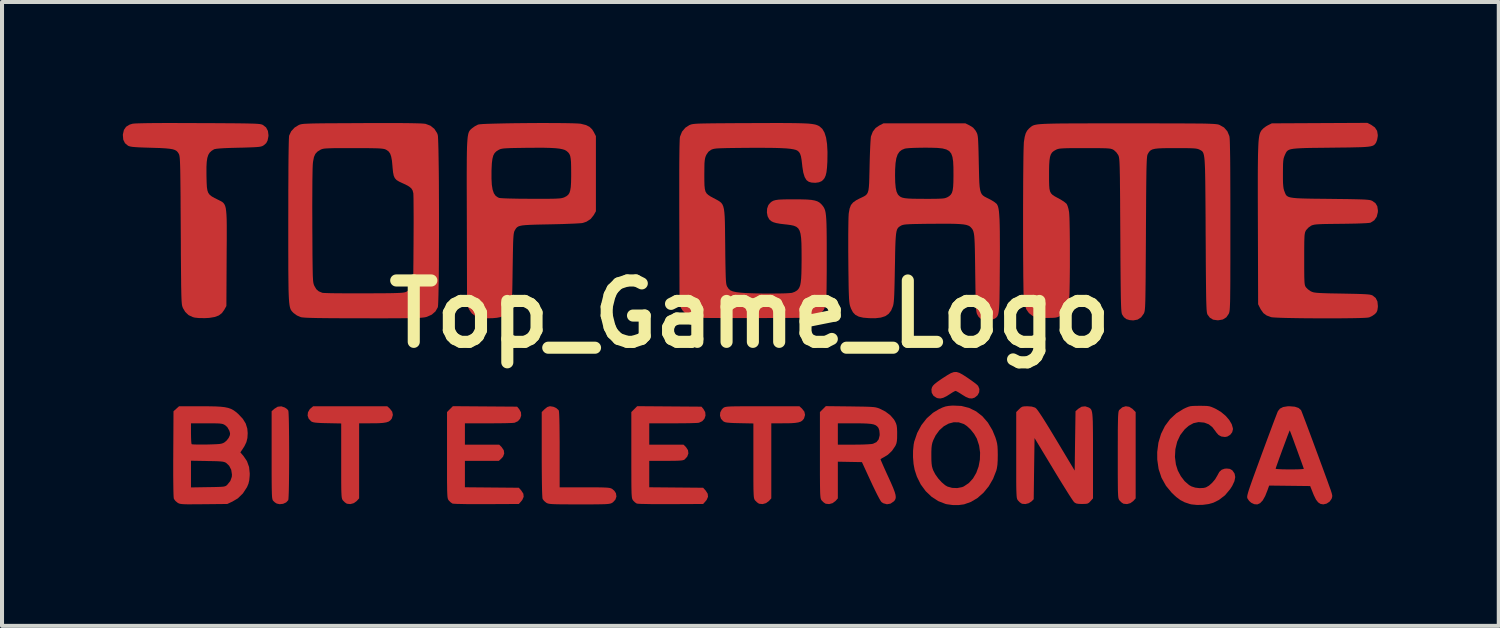
<source format=kicad_pcb>
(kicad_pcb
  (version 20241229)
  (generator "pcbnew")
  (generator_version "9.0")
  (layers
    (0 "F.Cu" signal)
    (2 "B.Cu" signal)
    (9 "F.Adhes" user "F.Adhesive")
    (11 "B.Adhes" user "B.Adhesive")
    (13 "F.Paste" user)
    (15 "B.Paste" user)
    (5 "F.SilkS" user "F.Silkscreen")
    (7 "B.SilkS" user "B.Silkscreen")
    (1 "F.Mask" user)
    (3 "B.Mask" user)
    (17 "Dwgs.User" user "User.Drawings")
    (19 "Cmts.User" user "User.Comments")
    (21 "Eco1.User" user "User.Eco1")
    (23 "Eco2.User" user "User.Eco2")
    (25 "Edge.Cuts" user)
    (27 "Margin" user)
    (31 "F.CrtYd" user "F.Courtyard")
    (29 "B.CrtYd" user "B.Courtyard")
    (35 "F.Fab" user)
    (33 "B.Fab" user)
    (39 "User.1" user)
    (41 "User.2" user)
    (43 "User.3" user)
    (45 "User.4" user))
  (footprint "Top_Game_Logo"
    (layer "F.Cu")
    (at 15.567 4.747)
    (property "Reference" "Top_Game_Logo" (at 0 0 0) (layer "F.SilkS") (effects (font (size 1.524 1.524) (thickness 0.3))))
    (attr board_only exclude_from_pos_files exclude_from_bom)
    (fp_poly (pts (xy 9.415 2.301) (xy 9.498 2.354) (xy 9.503 2.36) (xy 9.575 2.432) (xy 9.575 4.575) (xy 9.517 4.64) (xy 9.445 4.693) (xy 9.36 4.717) (xy 9.276 4.708) (xy 9.266 4.704) (xy 9.221 4.674) (xy 9.176 4.629) (xy 9.176 4.628) (xy 9.166 4.614) (xy 9.157 4.599) (xy 9.15 4.578) (xy 9.144 4.548) (xy 9.14 4.506) (xy 9.137 4.448) (xy 9.134 4.37) (xy 9.133 4.268) (xy 9.132 4.139) (xy 9.131 3.98) (xy 9.131 3.786) (xy 9.131 3.554) (xy 9.131 3.498) (xy 9.131 3.256) (xy 9.132 3.053) (xy 9.132 2.885) (xy 9.134 2.748) (xy 9.136 2.64) (xy 9.138 2.557) (xy 9.142 2.494) (xy 9.146 2.449) (xy 9.151 2.418) (xy 9.158 2.397) (xy 9.166 2.383) (xy 9.168 2.38) (xy 9.244 2.314) (xy 9.329 2.288)) (stroke (width 0) (type solid)) (fill yes) (layer "F.Cu"))
    (fp_poly (pts (xy 5.198 1.458) (xy 5.281 1.503) (xy 5.386 1.571) (xy 5.407 1.585) (xy 5.496 1.647) (xy 5.574 1.704) (xy 5.633 1.751) (xy 5.664 1.782) (xy 5.665 1.784) (xy 5.696 1.861) (xy 5.69 1.941) (xy 5.651 2.015) (xy 5.581 2.072) (xy 5.578 2.074) (xy 5.512 2.095) (xy 5.442 2.09) (xy 5.359 2.056) (xy 5.27 2.002) (xy 5.201 1.957) (xy 5.144 1.924) (xy 5.109 1.907) (xy 5.105 1.907) (xy 5.075 1.918) (xy 5.025 1.946) (xy 4.993 1.967) (xy 4.885 2.036) (xy 4.799 2.078) (xy 4.728 2.095) (xy 4.663 2.089) (xy 4.629 2.077) (xy 4.555 2.027) (xy 4.512 1.954) (xy 4.505 1.87) (xy 4.519 1.818) (xy 4.542 1.779) (xy 4.584 1.736) (xy 4.651 1.683) (xy 4.748 1.615) (xy 4.784 1.591) (xy 4.899 1.517) (xy 4.988 1.466) (xy 5.061 1.44) (xy 5.128 1.437)) (stroke (width 0) (type solid)) (fill yes) (layer "F.Cu"))
    (fp_poly (pts (xy -11.545 2.32) (xy -11.494 2.355) (xy -11.461 2.393) (xy -11.456 2.423) (xy -11.452 2.49) (xy -11.448 2.59) (xy -11.445 2.718) (xy -11.443 2.868) (xy -11.441 3.036) (xy -11.44 3.216) (xy -11.439 3.404) (xy -11.439 3.594) (xy -11.44 3.782) (xy -11.441 3.963) (xy -11.443 4.132) (xy -11.445 4.283) (xy -11.448 4.413) (xy -11.452 4.515) (xy -11.456 4.585) (xy -11.461 4.618) (xy -11.461 4.619) (xy -11.513 4.675) (xy -11.589 4.71) (xy -11.675 4.719) (xy -11.747 4.704) (xy -11.793 4.675) (xy -11.831 4.64) (xy -11.841 4.628) (xy -11.849 4.613) (xy -11.855 4.592) (xy -11.861 4.561) (xy -11.865 4.516) (xy -11.868 4.454) (xy -11.87 4.371) (xy -11.872 4.264) (xy -11.873 4.129) (xy -11.874 3.963) (xy -11.874 3.762) (xy -11.874 3.522) (xy -11.874 3.502) (xy -11.874 2.412) (xy -11.805 2.35) (xy -11.722 2.299) (xy -11.634 2.29)) (stroke (width 0) (type solid)) (fill yes) (layer "F.Cu"))
    (fp_poly (pts (xy -8.94 2.346) (xy -8.881 2.422) (xy -8.864 2.503) (xy -8.888 2.586) (xy -8.895 2.599) (xy -8.927 2.638) (xy -8.968 2.668) (xy -9.027 2.688) (xy -9.108 2.701) (xy -9.217 2.709) (xy -9.362 2.711) (xy -9.401 2.711) (xy -9.702 2.712) (xy -9.702 4.575) (xy -9.761 4.64) (xy -9.833 4.693) (xy -9.918 4.717) (xy -10.002 4.708) (xy -10.012 4.704) (xy -10.056 4.674) (xy -10.101 4.629) (xy -10.102 4.628) (xy -10.113 4.613) (xy -10.122 4.596) (xy -10.129 4.574) (xy -10.135 4.542) (xy -10.139 4.496) (xy -10.142 4.433) (xy -10.145 4.348) (xy -10.146 4.238) (xy -10.147 4.098) (xy -10.147 3.925) (xy -10.147 3.715) (xy -10.147 3.643) (xy -10.147 2.715) (xy -10.492 2.708) (xy -10.625 2.705) (xy -10.723 2.7) (xy -10.793 2.694) (xy -10.841 2.685) (xy -10.875 2.673) (xy -10.892 2.663) (xy -10.954 2.598) (xy -10.981 2.52) (xy -10.972 2.438) (xy -10.928 2.362) (xy -10.906 2.341) (xy -10.843 2.288) (xy -9.004 2.288)) (stroke (width 0) (type solid)) (fill yes) (layer "F.Cu"))
    (fp_poly (pts (xy 1.292 2.346) (xy 1.351 2.422) (xy 1.368 2.503) (xy 1.344 2.586) (xy 1.337 2.599) (xy 1.305 2.638) (xy 1.264 2.668) (xy 1.205 2.688) (xy 1.124 2.701) (xy 1.015 2.709) (xy 0.87 2.711) (xy 0.831 2.711) (xy 0.53 2.712) (xy 0.53 4.575) (xy 0.471 4.64) (xy 0.399 4.693) (xy 0.314 4.717) (xy 0.23 4.708) (xy 0.22 4.704) (xy 0.176 4.674) (xy 0.131 4.629) (xy 0.13 4.628) (xy 0.119 4.613) (xy 0.11 4.596) (xy 0.103 4.574) (xy 0.097 4.542) (xy 0.093 4.496) (xy 0.09 4.433) (xy 0.087 4.348) (xy 0.086 4.238) (xy 0.085 4.098) (xy 0.085 3.925) (xy 0.085 3.715) (xy 0.085 3.643) (xy 0.085 2.715) (xy -0.26 2.708) (xy -0.392 2.705) (xy -0.49 2.7) (xy -0.559 2.694) (xy -0.607 2.686) (xy -0.641 2.673) (xy -0.662 2.661) (xy -0.719 2.6) (xy -0.744 2.522) (xy -0.737 2.44) (xy -0.697 2.364) (xy -0.662 2.33) (xy -0.648 2.32) (xy -0.63 2.312) (xy -0.606 2.305) (xy -0.57 2.299) (xy -0.52 2.295) (xy -0.451 2.292) (xy -0.359 2.29) (xy -0.24 2.289) (xy -0.091 2.288) (xy 0.093 2.288) (xy 0.31 2.288) (xy 1.228 2.288)) (stroke (width 0) (type solid)) (fill yes) (layer "F.Cu"))
    (fp_poly (pts (xy -6.577 2.292) (xy -5.78 2.298) (xy -5.729 2.358) (xy -5.685 2.436) (xy -5.679 2.519) (xy -5.705 2.596) (xy -5.76 2.659) (xy -5.842 2.697) (xy -5.85 2.698) (xy -5.888 2.702) (xy -5.962 2.705) (xy -6.067 2.708) (xy -6.194 2.71) (xy -6.339 2.711) (xy -6.495 2.712) (xy -7.076 2.712) (xy -7.076 3.241) (xy -6.225 3.241) (xy -6.163 3.303) (xy -6.111 3.38) (xy -6.1 3.46) (xy -6.129 3.539) (xy -6.167 3.582) (xy -6.233 3.644) (xy -7.076 3.644) (xy -7.076 4.299) (xy -6.406 4.305) (xy -5.737 4.311) (xy -5.676 4.38) (xy -5.625 4.459) (xy -5.617 4.535) (xy -5.651 4.613) (xy -5.676 4.644) (xy -5.737 4.714) (xy -6.539 4.718) (xy -6.721 4.718) (xy -6.89 4.718) (xy -7.043 4.717) (xy -7.174 4.714) (xy -7.277 4.712) (xy -7.349 4.708) (xy -7.384 4.704) (xy -7.385 4.704) (xy -7.429 4.674) (xy -7.474 4.629) (xy -7.475 4.628) (xy -7.485 4.614) (xy -7.494 4.599) (xy -7.501 4.578) (xy -7.507 4.548) (xy -7.511 4.506) (xy -7.514 4.447) (xy -7.517 4.369) (xy -7.518 4.267) (xy -7.52 4.138) (xy -7.52 3.978) (xy -7.52 3.784) (xy -7.52 3.552) (xy -7.52 3.501) (xy -7.52 2.432) (xy -7.448 2.359) (xy -7.375 2.286)) (stroke (width 0) (type solid)) (fill yes) (layer "F.Cu"))
    (fp_poly (pts (xy -4.878 2.301) (xy -4.804 2.336) (xy -4.752 2.383) (xy -4.746 2.393) (xy -4.74 2.425) (xy -4.735 2.499) (xy -4.731 2.612) (xy -4.728 2.763) (xy -4.726 2.952) (xy -4.724 3.175) (xy -4.724 3.367) (xy -4.724 4.3) (xy -4.104 4.3) (xy -3.925 4.301) (xy -3.782 4.301) (xy -3.672 4.303) (xy -3.589 4.306) (xy -3.528 4.31) (xy -3.485 4.316) (xy -3.454 4.324) (xy -3.431 4.334) (xy -3.42 4.34) (xy -3.366 4.387) (xy -3.328 4.445) (xy -3.327 4.446) (xy -3.314 4.528) (xy -3.34 4.606) (xy -3.401 4.672) (xy -3.42 4.684) (xy -3.439 4.695) (xy -3.463 4.703) (xy -3.496 4.71) (xy -3.542 4.715) (xy -3.606 4.719) (xy -3.692 4.721) (xy -3.805 4.723) (xy -3.948 4.724) (xy -4.128 4.724) (xy -4.237 4.724) (xy -4.436 4.724) (xy -4.597 4.723) (xy -4.725 4.722) (xy -4.824 4.72) (xy -4.898 4.717) (xy -4.953 4.713) (xy -4.992 4.707) (xy -5.021 4.7) (xy -5.043 4.69) (xy -5.058 4.682) (xy -5.11 4.639) (xy -5.146 4.591) (xy -5.148 4.585) (xy -5.153 4.551) (xy -5.157 4.478) (xy -5.161 4.369) (xy -5.164 4.226) (xy -5.166 4.053) (xy -5.168 3.852) (xy -5.169 3.627) (xy -5.169 3.481) (xy -5.169 2.432) (xy -5.097 2.36) (xy -5.031 2.307) (xy -4.969 2.288) (xy -4.958 2.288)) (stroke (width 0) (type solid)) (fill yes) (layer "F.Cu"))
    (fp_poly (pts (xy -2.001 2.292) (xy -1.204 2.298) (xy -1.153 2.358) (xy -1.11 2.436) (xy -1.103 2.519) (xy -1.129 2.596) (xy -1.184 2.659) (xy -1.266 2.697) (xy -1.274 2.698) (xy -1.312 2.702) (xy -1.387 2.705) (xy -1.491 2.708) (xy -1.619 2.71) (xy -1.764 2.711) (xy -1.92 2.712) (xy -2.5 2.712) (xy -2.5 3.241) (xy -1.649 3.241) (xy -1.587 3.303) (xy -1.538 3.378) (xy -1.528 3.459) (xy -1.557 3.539) (xy -1.618 3.606) (xy -1.638 3.619) (xy -1.667 3.628) (xy -1.712 3.635) (xy -1.777 3.639) (xy -1.869 3.642) (xy -1.993 3.643) (xy -2.081 3.643) (xy -2.5 3.644) (xy -2.5 4.299) (xy -1.831 4.305) (xy -1.162 4.311) (xy -1.1 4.38) (xy -1.049 4.459) (xy -1.041 4.535) (xy -1.075 4.613) (xy -1.1 4.644) (xy -1.162 4.714) (xy -1.963 4.718) (xy -2.145 4.718) (xy -2.315 4.718) (xy -2.467 4.717) (xy -2.598 4.714) (xy -2.701 4.712) (xy -2.773 4.708) (xy -2.808 4.704) (xy -2.809 4.704) (xy -2.854 4.674) (xy -2.899 4.629) (xy -2.899 4.628) (xy -2.909 4.614) (xy -2.918 4.599) (xy -2.925 4.578) (xy -2.931 4.548) (xy -2.935 4.506) (xy -2.939 4.447) (xy -2.941 4.369) (xy -2.943 4.267) (xy -2.944 4.138) (xy -2.944 3.978) (xy -2.945 3.784) (xy -2.945 3.552) (xy -2.945 3.501) (xy -2.945 2.432) (xy -2.872 2.359) (xy -2.799 2.286)) (stroke (width 0) (type solid)) (fill yes) (layer "F.Cu"))
    (fp_poly (pts (xy 6.996 2.296) (xy 7.073 2.32) (xy 7.087 2.327) (xy 7.111 2.349) (xy 7.147 2.394) (xy 7.195 2.463) (xy 7.259 2.56) (xy 7.338 2.685) (xy 7.435 2.842) (xy 7.55 3.033) (xy 7.606 3.125) (xy 8.061 3.885) (xy 8.071 3.148) (xy 8.082 2.411) (xy 8.151 2.35) (xy 8.234 2.299) (xy 8.323 2.29) (xy 8.407 2.318) (xy 8.431 2.331) (xy 8.451 2.346) (xy 8.467 2.365) (xy 8.481 2.394) (xy 8.492 2.435) (xy 8.5 2.491) (xy 8.506 2.566) (xy 8.511 2.664) (xy 8.513 2.788) (xy 8.515 2.942) (xy 8.516 3.129) (xy 8.516 3.353) (xy 8.516 3.517) (xy 8.516 4.575) (xy 8.454 4.644) (xy 8.419 4.681) (xy 8.385 4.702) (xy 8.341 4.711) (xy 8.271 4.713) (xy 8.244 4.714) (xy 8.16 4.711) (xy 8.106 4.703) (xy 8.067 4.684) (xy 8.044 4.665) (xy 8.023 4.637) (xy 7.982 4.577) (xy 7.924 4.488) (xy 7.853 4.375) (xy 7.77 4.242) (xy 7.678 4.093) (xy 7.58 3.932) (xy 7.529 3.847) (xy 7.065 3.078) (xy 7.054 3.837) (xy 7.044 4.596) (xy 6.99 4.65) (xy 6.92 4.695) (xy 6.836 4.716) (xy 6.757 4.709) (xy 6.745 4.704) (xy 6.7 4.674) (xy 6.656 4.629) (xy 6.655 4.628) (xy 6.645 4.614) (xy 6.636 4.599) (xy 6.629 4.578) (xy 6.623 4.548) (xy 6.619 4.506) (xy 6.616 4.447) (xy 6.613 4.369) (xy 6.611 4.267) (xy 6.61 4.138) (xy 6.61 3.978) (xy 6.61 3.784) (xy 6.61 3.552) (xy 6.61 2.432) (xy 6.682 2.36) (xy 6.725 2.32) (xy 6.764 2.298) (xy 6.815 2.29) (xy 6.888 2.288)) (stroke (width 0) (type solid)) (fill yes) (layer "F.Cu"))
    (fp_poly (pts (xy 11.271 2.278) (xy 11.347 2.281) (xy 11.405 2.289) (xy 11.457 2.305) (xy 11.516 2.33) (xy 11.572 2.357) (xy 11.698 2.433) (xy 11.809 2.526) (xy 11.898 2.629) (xy 11.96 2.734) (xy 11.989 2.835) (xy 11.99 2.861) (xy 11.971 2.934) (xy 11.921 2.998) (xy 11.851 3.04) (xy 11.792 3.051) (xy 11.702 3.039) (xy 11.632 3.001) (xy 11.57 2.93) (xy 11.559 2.912) (xy 11.478 2.806) (xy 11.389 2.736) (xy 11.284 2.696) (xy 11.271 2.693) (xy 11.136 2.681) (xy 11.01 2.708) (xy 10.889 2.775) (xy 10.79 2.863) (xy 10.682 3.004) (xy 10.605 3.169) (xy 10.561 3.352) (xy 10.55 3.545) (xy 10.574 3.733) (xy 10.621 3.883) (xy 10.696 4.024) (xy 10.79 4.147) (xy 10.898 4.242) (xy 10.961 4.278) (xy 11.054 4.308) (xy 11.163 4.321) (xy 11.266 4.315) (xy 11.321 4.301) (xy 11.396 4.258) (xy 11.475 4.187) (xy 11.547 4.102) (xy 11.599 4.014) (xy 11.601 4.011) (xy 11.651 3.919) (xy 11.71 3.864) (xy 11.784 3.838) (xy 11.837 3.834) (xy 11.913 3.843) (xy 11.968 3.874) (xy 11.98 3.885) (xy 12.031 3.96) (xy 12.047 4.046) (xy 12.027 4.148) (xy 11.971 4.267) (xy 11.919 4.348) (xy 11.793 4.498) (xy 11.642 4.614) (xy 11.505 4.682) (xy 11.385 4.716) (xy 11.243 4.735) (xy 11.097 4.738) (xy 10.965 4.725) (xy 10.915 4.714) (xy 10.791 4.672) (xy 10.685 4.617) (xy 10.582 4.541) (xy 10.475 4.441) (xy 10.327 4.262) (xy 10.217 4.064) (xy 10.145 3.848) (xy 10.111 3.613) (xy 10.11 3.423) (xy 10.14 3.19) (xy 10.205 2.974) (xy 10.302 2.778) (xy 10.429 2.607) (xy 10.584 2.464) (xy 10.76 2.355) (xy 10.83 2.322) (xy 10.885 2.3) (xy 10.937 2.286) (xy 10.999 2.28) (xy 11.082 2.278) (xy 11.164 2.277)) (stroke (width 0) (type solid)) (fill yes) (layer "F.Cu"))
    (fp_poly (pts (xy 5.248 2.28) (xy 5.44 2.329) (xy 5.615 2.415) (xy 5.771 2.537) (xy 5.906 2.693) (xy 6.019 2.882) (xy 6.093 3.061) (xy 6.118 3.141) (xy 6.135 3.21) (xy 6.145 3.283) (xy 6.15 3.372) (xy 6.152 3.489) (xy 6.152 3.495) (xy 6.15 3.635) (xy 6.143 3.743) (xy 6.129 3.831) (xy 6.115 3.887) (xy 6.035 4.091) (xy 5.928 4.275) (xy 5.798 4.434) (xy 5.649 4.565) (xy 5.485 4.663) (xy 5.315 4.723) (xy 5.18 4.741) (xy 5.03 4.74) (xy 4.887 4.72) (xy 4.853 4.712) (xy 4.673 4.642) (xy 4.509 4.535) (xy 4.363 4.396) (xy 4.24 4.229) (xy 4.144 4.036) (xy 4.088 3.864) (xy 4.061 3.718) (xy 4.048 3.554) (xy 4.048 3.506) (xy 4.503 3.506) (xy 4.504 3.623) (xy 4.509 3.709) (xy 4.518 3.777) (xy 4.534 3.836) (xy 4.551 3.882) (xy 4.603 3.981) (xy 4.676 4.083) (xy 4.761 4.176) (xy 4.847 4.249) (xy 4.904 4.282) (xy 5.018 4.314) (xy 5.145 4.319) (xy 5.265 4.296) (xy 5.309 4.278) (xy 5.433 4.195) (xy 5.537 4.081) (xy 5.618 3.942) (xy 5.676 3.784) (xy 5.708 3.614) (xy 5.713 3.439) (xy 5.689 3.264) (xy 5.634 3.097) (xy 5.629 3.085) (xy 5.564 2.973) (xy 5.479 2.867) (xy 5.385 2.779) (xy 5.309 2.729) (xy 5.185 2.688) (xy 5.058 2.685) (xy 4.931 2.719) (xy 4.811 2.786) (xy 4.702 2.884) (xy 4.61 3.01) (xy 4.551 3.13) (xy 4.529 3.191) (xy 4.515 3.251) (xy 4.507 3.322) (xy 4.503 3.415) (xy 4.503 3.506) (xy 4.048 3.506) (xy 4.049 3.389) (xy 4.064 3.238) (xy 4.078 3.166) (xy 4.152 2.95) (xy 4.257 2.755) (xy 4.389 2.587) (xy 4.545 2.449) (xy 4.692 2.36) (xy 4.782 2.318) (xy 4.855 2.293) (xy 4.931 2.279) (xy 5.028 2.271) (xy 5.041 2.271)) (stroke (width 0) (type solid)) (fill yes) (layer "F.Cu"))
    (fp_poly (pts (xy 2.494 2.292) (xy 2.672 2.295) (xy 2.814 2.297) (xy 2.924 2.3) (xy 3.008 2.304) (xy 3.072 2.309) (xy 3.121 2.316) (xy 3.161 2.326) (xy 3.197 2.338) (xy 3.22 2.347) (xy 3.362 2.419) (xy 3.483 2.51) (xy 3.573 2.613) (xy 3.6 2.658) (xy 3.626 2.713) (xy 3.642 2.766) (xy 3.65 2.828) (xy 3.654 2.912) (xy 3.654 2.976) (xy 3.653 3.081) (xy 3.647 3.155) (xy 3.635 3.212) (xy 3.615 3.261) (xy 3.606 3.278) (xy 3.526 3.395) (xy 3.423 3.493) (xy 3.328 3.551) (xy 3.277 3.578) (xy 3.246 3.6) (xy 3.242 3.606) (xy 3.25 3.629) (xy 3.274 3.684) (xy 3.31 3.767) (xy 3.356 3.87) (xy 3.41 3.989) (xy 3.432 4.036) (xy 3.503 4.193) (xy 3.557 4.318) (xy 3.593 4.414) (xy 3.614 4.488) (xy 3.62 4.545) (xy 3.613 4.588) (xy 3.594 4.624) (xy 3.571 4.65) (xy 3.49 4.705) (xy 3.401 4.721) (xy 3.312 4.697) (xy 3.265 4.666) (xy 3.244 4.637) (xy 3.208 4.575) (xy 3.161 4.486) (xy 3.106 4.375) (xy 3.045 4.249) (xy 3 4.152) (xy 2.78 3.675) (xy 2.182 3.664) (xy 2.182 4.575) (xy 2.124 4.64) (xy 2.052 4.693) (xy 1.966 4.717) (xy 1.883 4.708) (xy 1.872 4.704) (xy 1.828 4.674) (xy 1.783 4.629) (xy 1.782 4.628) (xy 1.772 4.614) (xy 1.764 4.599) (xy 1.757 4.578) (xy 1.751 4.548) (xy 1.747 4.506) (xy 1.743 4.447) (xy 1.741 4.369) (xy 1.739 4.267) (xy 1.738 4.138) (xy 1.737 3.978) (xy 1.737 3.784) (xy 1.737 3.552) (xy 1.737 3.501) (xy 1.737 3.241) (xy 2.182 3.241) (xy 2.579 3.241) (xy 2.71 3.24) (xy 2.832 3.237) (xy 2.936 3.232) (xy 3.014 3.226) (xy 3.055 3.219) (xy 3.141 3.178) (xy 3.195 3.11) (xy 3.219 3.014) (xy 3.22 2.978) (xy 3.212 2.891) (xy 3.19 2.827) (xy 3.185 2.82) (xy 3.156 2.785) (xy 3.12 2.759) (xy 3.071 2.739) (xy 3.003 2.726) (xy 2.911 2.718) (xy 2.789 2.713) (xy 2.632 2.712) (xy 2.596 2.712) (xy 2.182 2.712) (xy 2.182 3.241) (xy 1.737 3.241) (xy 1.737 2.432) (xy 1.884 2.285)) (stroke (width 0) (type solid)) (fill yes) (layer "F.Cu"))
    (fp_poly (pts (xy 13.526 2.299) (xy 13.619 2.33) (xy 13.678 2.382) (xy 13.684 2.392) (xy 13.695 2.419) (xy 13.719 2.481) (xy 13.754 2.573) (xy 13.799 2.691) (xy 13.851 2.83) (xy 13.909 2.985) (xy 13.971 3.151) (xy 14.035 3.325) (xy 14.1 3.5) (xy 14.163 3.672) (xy 14.224 3.837) (xy 14.28 3.99) (xy 14.33 4.126) (xy 14.371 4.241) (xy 14.403 4.329) (xy 14.418 4.371) (xy 14.443 4.45) (xy 14.455 4.502) (xy 14.453 4.541) (xy 14.44 4.582) (xy 14.438 4.587) (xy 14.389 4.656) (xy 14.315 4.705) (xy 14.233 4.724) (xy 14.232 4.724) (xy 14.163 4.712) (xy 14.105 4.674) (xy 14.051 4.605) (xy 13.999 4.499) (xy 13.982 4.458) (xy 13.907 4.269) (xy 13.398 4.263) (xy 12.889 4.257) (xy 12.849 4.369) (xy 12.79 4.518) (xy 12.729 4.626) (xy 12.664 4.694) (xy 12.595 4.725) (xy 12.519 4.719) (xy 12.444 4.684) (xy 12.391 4.637) (xy 12.352 4.579) (xy 12.351 4.578) (xy 12.346 4.562) (xy 12.343 4.542) (xy 12.345 4.516) (xy 12.352 4.481) (xy 12.365 4.432) (xy 12.385 4.366) (xy 12.414 4.28) (xy 12.452 4.171) (xy 12.501 4.034) (xy 12.562 3.868) (xy 12.572 3.84) (xy 13.05 3.84) (xy 13.07 3.845) (xy 13.125 3.849) (xy 13.209 3.853) (xy 13.314 3.855) (xy 13.399 3.856) (xy 13.515 3.855) (xy 13.615 3.853) (xy 13.692 3.849) (xy 13.738 3.845) (xy 13.749 3.842) (xy 13.742 3.82) (xy 13.723 3.765) (xy 13.694 3.684) (xy 13.657 3.583) (xy 13.616 3.47) (xy 13.573 3.351) (xy 13.529 3.232) (xy 13.489 3.121) (xy 13.453 3.024) (xy 13.424 2.948) (xy 13.406 2.9) (xy 13.4 2.887) (xy 13.392 2.904) (xy 13.372 2.954) (xy 13.342 3.031) (xy 13.306 3.129) (xy 13.265 3.239) (xy 13.221 3.357) (xy 13.178 3.475) (xy 13.137 3.587) (xy 13.102 3.686) (xy 13.074 3.765) (xy 13.055 3.819) (xy 13.05 3.84) (xy 12.572 3.84) (xy 12.635 3.668) (xy 12.7 3.49) (xy 12.774 3.29) (xy 12.844 3.101) (xy 12.909 2.927) (xy 12.967 2.771) (xy 13.017 2.638) (xy 13.058 2.532) (xy 13.087 2.456) (xy 13.104 2.415) (xy 13.106 2.41) (xy 13.157 2.347) (xy 13.236 2.307) (xy 13.348 2.289) (xy 13.399 2.288)) (stroke (width 0) (type solid)) (fill yes) (layer "F.Cu"))
    (fp_poly (pts (xy -13.435 2.289) (xy -13.273 2.292) (xy -13.142 2.299) (xy -13.037 2.311) (xy -12.952 2.329) (xy -12.881 2.354) (xy -12.818 2.388) (xy -12.759 2.431) (xy -12.7 2.482) (xy -12.59 2.599) (xy -12.517 2.717) (xy -12.478 2.843) (xy -12.468 2.955) (xy -12.475 3.076) (xy -12.5 3.178) (xy -12.549 3.28) (xy -12.589 3.342) (xy -12.65 3.433) (xy -12.574 3.521) (xy -12.486 3.651) (xy -12.434 3.795) (xy -12.417 3.958) (xy -12.419 4.014) (xy -12.429 4.124) (xy -12.449 4.21) (xy -12.483 4.291) (xy -12.486 4.297) (xy -12.587 4.452) (xy -12.712 4.574) (xy -12.843 4.652) (xy -12.975 4.714) (xy -13.558 4.72) (xy -13.731 4.721) (xy -13.867 4.722) (xy -13.971 4.722) (xy -14.048 4.72) (xy -14.104 4.716) (xy -14.144 4.71) (xy -14.173 4.702) (xy -14.196 4.691) (xy -14.21 4.682) (xy -14.262 4.639) (xy -14.298 4.59) (xy -14.301 4.584) (xy -14.306 4.548) (xy -14.31 4.472) (xy -14.313 4.357) (xy -14.315 4.205) (xy -14.317 4.017) (xy -14.317 3.796) (xy -14.317 3.64) (xy -13.876 3.64) (xy -13.876 4.303) (xy -13.454 4.296) (xy -13.31 4.294) (xy -13.202 4.291) (xy -13.125 4.288) (xy -13.07 4.283) (xy -13.034 4.275) (xy -13.008 4.264) (xy -12.988 4.249) (xy -12.975 4.237) (xy -12.9 4.144) (xy -12.863 4.041) (xy -12.859 3.982) (xy -12.877 3.866) (xy -12.928 3.766) (xy -12.994 3.702) (xy -13.019 3.685) (xy -13.048 3.673) (xy -13.085 3.664) (xy -13.138 3.658) (xy -13.214 3.653) (xy -13.318 3.65) (xy -13.458 3.648) (xy -13.468 3.647) (xy -13.876 3.64) (xy -14.317 3.64) (xy -14.316 3.543) (xy -14.316 3.47) (xy -14.313 2.962) (xy -13.876 2.962) (xy -13.874 3.062) (xy -13.871 3.145) (xy -13.866 3.204) (xy -13.86 3.229) (xy -13.835 3.234) (xy -13.774 3.237) (xy -13.686 3.239) (xy -13.577 3.239) (xy -13.484 3.238) (xy -13.348 3.234) (xy -13.248 3.23) (xy -13.175 3.225) (xy -13.123 3.217) (xy -13.085 3.205) (xy -13.052 3.189) (xy -13.05 3.188) (xy -12.99 3.138) (xy -12.94 3.073) (xy -12.935 3.062) (xy -12.91 3.005) (xy -12.906 2.96) (xy -12.921 2.904) (xy -12.924 2.894) (xy -12.974 2.807) (xy -13.026 2.76) (xy -13.054 2.743) (xy -13.083 2.73) (xy -13.12 2.722) (xy -13.172 2.716) (xy -13.245 2.713) (xy -13.348 2.712) (xy -13.485 2.712) (xy -13.876 2.712) (xy -13.876 2.962) (xy -14.313 2.962) (xy -14.31 2.412) (xy -14.172 2.288) (xy -13.634 2.288)) (stroke (width 0) (type solid)) (fill yes) (layer "F.Cu"))
    (fp_poly (pts (xy -13.98 -4.742) (xy -13.696 -4.741) (xy -13.404 -4.74) (xy -13.151 -4.739) (xy -12.935 -4.737) (xy -12.752 -4.736) (xy -12.599 -4.734) (xy -12.473 -4.732) (xy -12.372 -4.729) (xy -12.292 -4.727) (xy -12.23 -4.723) (xy -12.183 -4.719) (xy -12.149 -4.714) (xy -12.123 -4.708) (xy -12.104 -4.701) (xy -12.093 -4.696) (xy -12.013 -4.635) (xy -11.966 -4.547) (xy -11.952 -4.439) (xy -11.955 -4.405) (xy -11.974 -4.31) (xy -12.008 -4.244) (xy -12.066 -4.193) (xy -12.084 -4.182) (xy -12.108 -4.169) (xy -12.14 -4.16) (xy -12.184 -4.152) (xy -12.246 -4.146) (xy -12.332 -4.141) (xy -12.446 -4.137) (xy -12.593 -4.132) (xy -12.7 -4.13) (xy -12.892 -4.125) (xy -13.044 -4.119) (xy -13.159 -4.112) (xy -13.24 -4.104) (xy -13.29 -4.095) (xy -13.304 -4.09) (xy -13.364 -4.053) (xy -13.411 -4.009) (xy -13.446 -3.952) (xy -13.47 -3.878) (xy -13.485 -3.781) (xy -13.492 -3.655) (xy -13.492 -3.495) (xy -13.491 -3.407) (xy -13.487 -3.261) (xy -13.481 -3.151) (xy -13.468 -3.069) (xy -13.446 -3.008) (xy -13.411 -2.961) (xy -13.36 -2.921) (xy -13.29 -2.881) (xy -13.231 -2.852) (xy -13.181 -2.827) (xy -13.138 -2.806) (xy -13.102 -2.785) (xy -13.072 -2.76) (xy -13.048 -2.728) (xy -13.028 -2.686) (xy -13.013 -2.631) (xy -13.003 -2.558) (xy -12.995 -2.466) (xy -12.99 -2.35) (xy -12.988 -2.207) (xy -12.988 -2.034) (xy -12.988 -1.828) (xy -12.99 -1.585) (xy -12.991 -1.394) (xy -12.997 -0.201) (xy -13.05 -0.106) (xy -13.108 -0.025) (xy -13.185 0.034) (xy -13.287 0.072) (xy -13.418 0.094) (xy -13.526 0.1) (xy -13.673 0.099) (xy -13.785 0.087) (xy -13.83 0.075) (xy -13.937 0.025) (xy -14.018 -0.053) (xy -14.075 -0.148) (xy -14.082 -0.166) (xy -14.089 -0.184) (xy -14.095 -0.206) (xy -14.101 -0.235) (xy -14.105 -0.274) (xy -14.109 -0.324) (xy -14.112 -0.39) (xy -14.115 -0.473) (xy -14.117 -0.577) (xy -14.12 -0.704) (xy -14.121 -0.856) (xy -14.123 -1.038) (xy -14.125 -1.251) (xy -14.127 -1.499) (xy -14.128 -1.784) (xy -14.13 -2.076) (xy -14.132 -2.398) (xy -14.134 -2.68) (xy -14.135 -2.925) (xy -14.137 -3.136) (xy -14.139 -3.316) (xy -14.141 -3.466) (xy -14.143 -3.591) (xy -14.146 -3.692) (xy -14.149 -3.773) (xy -14.152 -3.836) (xy -14.156 -3.884) (xy -14.161 -3.919) (xy -14.166 -3.945) (xy -14.172 -3.964) (xy -14.179 -3.978) (xy -14.179 -3.979) (xy -14.204 -4.018) (xy -14.233 -4.049) (xy -14.274 -4.073) (xy -14.329 -4.091) (xy -14.405 -4.104) (xy -14.507 -4.114) (xy -14.639 -4.122) (xy -14.806 -4.127) (xy -14.871 -4.129) (xy -15.036 -4.134) (xy -15.163 -4.139) (xy -15.26 -4.145) (xy -15.33 -4.151) (xy -15.381 -4.16) (xy -15.417 -4.17) (xy -15.438 -4.179) (xy -15.514 -4.242) (xy -15.557 -4.329) (xy -15.567 -4.443) (xy -15.566 -4.463) (xy -15.541 -4.571) (xy -15.487 -4.65) (xy -15.401 -4.703) (xy -15.329 -4.725) (xy -15.287 -4.73) (xy -15.211 -4.734) (xy -15.1 -4.737) (xy -14.952 -4.74) (xy -14.768 -4.742) (xy -14.545 -4.743) (xy -14.283 -4.743)) (stroke (width 0) (type solid)) (fill yes) (layer "F.Cu"))
    (fp_poly (pts (xy -4.849 -4.742) (xy -4.674 -4.741) (xy -4.519 -4.739) (xy -4.388 -4.736) (xy -4.286 -4.732) (xy -4.218 -4.727) (xy -4.2 -4.725) (xy -4.076 -4.694) (xy -3.985 -4.65) (xy -3.919 -4.588) (xy -3.877 -4.521) (xy -3.824 -4.418) (xy -3.824 -2.553) (xy -3.877 -2.458) (xy -3.953 -2.362) (xy -4.057 -2.294) (xy -4.148 -2.263) (xy -4.187 -2.257) (xy -4.263 -2.252) (xy -4.371 -2.246) (xy -4.504 -2.241) (xy -4.658 -2.235) (xy -4.826 -2.231) (xy -4.958 -2.228) (xy -5.164 -2.224) (xy -5.332 -2.22) (xy -5.466 -2.215) (xy -5.57 -2.209) (xy -5.65 -2.201) (xy -5.709 -2.189) (xy -5.752 -2.174) (xy -5.783 -2.154) (xy -5.806 -2.129) (xy -5.826 -2.098) (xy -5.841 -2.071) (xy -5.851 -2.05) (xy -5.858 -2.023) (xy -5.865 -1.985) (xy -5.87 -1.933) (xy -5.875 -1.862) (xy -5.879 -1.769) (xy -5.882 -1.648) (xy -5.885 -1.497) (xy -5.888 -1.31) (xy -5.891 -1.133) (xy -5.894 -0.914) (xy -5.897 -0.732) (xy -5.9 -0.584) (xy -5.904 -0.467) (xy -5.908 -0.375) (xy -5.913 -0.304) (xy -5.92 -0.251) (xy -5.927 -0.211) (xy -5.935 -0.18) (xy -5.939 -0.17) (xy -6.001 -0.055) (xy -6.087 0.026) (xy -6.194 0.075) (xy -6.282 0.092) (xy -6.393 0.102) (xy -6.511 0.104) (xy -6.623 0.098) (xy -6.714 0.084) (xy -6.742 0.076) (xy -6.838 0.033) (xy -6.906 -0.019) (xy -6.958 -0.093) (xy -6.973 -0.121) (xy -7.023 -0.222) (xy -7.028 -2.275) (xy -7.029 -2.63) (xy -7.03 -2.945) (xy -7.031 -3.222) (xy -7.031 -3.365) (xy -6.416 -3.365) (xy -6.408 -3.21) (xy -6.388 -3.089) (xy -6.357 -2.999) (xy -6.313 -2.936) (xy -6.255 -2.896) (xy -6.222 -2.883) (xy -6.185 -2.879) (xy -6.111 -2.874) (xy -6.006 -2.87) (xy -5.875 -2.867) (xy -5.723 -2.864) (xy -5.556 -2.863) (xy -5.423 -2.862) (xy -5.226 -2.862) (xy -5.066 -2.862) (xy -4.939 -2.863) (xy -4.841 -2.865) (xy -4.766 -2.869) (xy -4.711 -2.873) (xy -4.669 -2.88) (xy -4.638 -2.888) (xy -4.611 -2.898) (xy -4.606 -2.9) (xy -4.553 -2.928) (xy -4.512 -2.962) (xy -4.482 -3.007) (xy -4.462 -3.069) (xy -4.448 -3.153) (xy -4.441 -3.266) (xy -4.438 -3.412) (xy -4.438 -3.495) (xy -4.439 -3.651) (xy -4.442 -3.77) (xy -4.45 -3.859) (xy -4.462 -3.925) (xy -4.482 -3.973) (xy -4.509 -4.01) (xy -4.545 -4.042) (xy -4.555 -4.05) (xy -4.596 -4.074) (xy -4.653 -4.092) (xy -4.729 -4.107) (xy -4.828 -4.118) (xy -4.954 -4.125) (xy -5.11 -4.129) (xy -5.302 -4.129) (xy -5.526 -4.128) (xy -5.707 -4.125) (xy -5.851 -4.123) (xy -5.963 -4.12) (xy -6.047 -4.116) (xy -6.11 -4.112) (xy -6.156 -4.105) (xy -6.191 -4.097) (xy -6.218 -4.086) (xy -6.237 -4.077) (xy -6.296 -4.04) (xy -6.34 -3.995) (xy -6.372 -3.935) (xy -6.393 -3.854) (xy -6.407 -3.746) (xy -6.414 -3.604) (xy -6.416 -3.557) (xy -6.416 -3.365) (xy -7.031 -3.365) (xy -7.031 -3.464) (xy -7.03 -3.675) (xy -7.029 -3.855) (xy -7.027 -4.008) (xy -7.024 -4.136) (xy -7.019 -4.242) (xy -7.013 -4.329) (xy -7.006 -4.398) (xy -6.997 -4.452) (xy -6.987 -4.494) (xy -6.974 -4.526) (xy -6.96 -4.551) (xy -6.943 -4.572) (xy -6.925 -4.59) (xy -6.903 -4.609) (xy -6.896 -4.615) (xy -6.831 -4.662) (xy -6.759 -4.7) (xy -6.742 -4.706) (xy -6.704 -4.712) (xy -6.628 -4.718) (xy -6.519 -4.723) (xy -6.382 -4.727) (xy -6.222 -4.731) (xy -6.043 -4.735) (xy -5.851 -4.738) (xy -5.649 -4.74) (xy -5.443 -4.742) (xy -5.238 -4.743) (xy -5.038 -4.743)) (stroke (width 0) (type solid)) (fill yes) (layer "F.Cu"))
    (fp_poly (pts (xy 15.422 -4.698) (xy 15.514 -4.633) (xy 15.569 -4.548) (xy 15.586 -4.443) (xy 15.583 -4.402) (xy 15.57 -4.33) (xy 15.548 -4.268) (xy 15.54 -4.252) (xy 15.522 -4.227) (xy 15.504 -4.206) (xy 15.481 -4.189) (xy 15.449 -4.175) (xy 15.405 -4.164) (xy 15.345 -4.155) (xy 15.264 -4.148) (xy 15.161 -4.143) (xy 15.03 -4.14) (xy 14.867 -4.136) (xy 14.671 -4.134) (xy 14.435 -4.131) (xy 14.427 -4.131) (xy 14.186 -4.128) (xy 13.985 -4.126) (xy 13.818 -4.123) (xy 13.683 -4.118) (xy 13.576 -4.112) (xy 13.492 -4.104) (xy 13.429 -4.093) (xy 13.382 -4.078) (xy 13.349 -4.059) (xy 13.324 -4.035) (xy 13.306 -4.006) (xy 13.289 -3.971) (xy 13.277 -3.944) (xy 13.26 -3.902) (xy 13.247 -3.858) (xy 13.239 -3.803) (xy 13.234 -3.731) (xy 13.232 -3.632) (xy 13.231 -3.499) (xy 13.231 -3.495) (xy 13.231 -3.357) (xy 13.233 -3.253) (xy 13.239 -3.176) (xy 13.247 -3.117) (xy 13.26 -3.068) (xy 13.269 -3.045) (xy 13.284 -3.006) (xy 13.298 -2.973) (xy 13.316 -2.946) (xy 13.342 -2.925) (xy 13.377 -2.907) (xy 13.428 -2.894) (xy 13.496 -2.884) (xy 13.586 -2.876) (xy 13.701 -2.871) (xy 13.845 -2.867) (xy 14.021 -2.864) (xy 14.234 -2.862) (xy 14.405 -2.86) (xy 14.634 -2.857) (xy 14.825 -2.855) (xy 14.98 -2.852) (xy 15.106 -2.849) (xy 15.204 -2.846) (xy 15.28 -2.842) (xy 15.337 -2.837) (xy 15.379 -2.832) (xy 15.411 -2.825) (xy 15.435 -2.816) (xy 15.45 -2.809) (xy 15.529 -2.752) (xy 15.574 -2.675) (xy 15.589 -2.571) (xy 15.587 -2.528) (xy 15.559 -2.416) (xy 15.499 -2.329) (xy 15.409 -2.271) (xy 15.404 -2.269) (xy 15.367 -2.263) (xy 15.293 -2.257) (xy 15.184 -2.252) (xy 15.047 -2.247) (xy 14.885 -2.244) (xy 14.702 -2.241) (xy 14.681 -2.241) (xy 14.493 -2.239) (xy 14.343 -2.237) (xy 14.226 -2.235) (xy 14.136 -2.231) (xy 14.069 -2.227) (xy 14.019 -2.221) (xy 13.982 -2.213) (xy 13.953 -2.204) (xy 13.929 -2.193) (xy 13.864 -2.147) (xy 13.81 -2.088) (xy 13.802 -2.076) (xy 13.79 -2.053) (xy 13.78 -2.027) (xy 13.773 -1.993) (xy 13.767 -1.947) (xy 13.764 -1.883) (xy 13.761 -1.796) (xy 13.76 -1.682) (xy 13.759 -1.535) (xy 13.759 -1.363) (xy 13.759 -1.181) (xy 13.76 -1.037) (xy 13.761 -0.925) (xy 13.764 -0.841) (xy 13.767 -0.78) (xy 13.773 -0.736) (xy 13.78 -0.706) (xy 13.79 -0.684) (xy 13.802 -0.665) (xy 13.803 -0.664) (xy 13.851 -0.615) (xy 13.915 -0.57) (xy 13.93 -0.562) (xy 13.956 -0.551) (xy 13.986 -0.541) (xy 14.026 -0.534) (xy 14.079 -0.528) (xy 14.151 -0.523) (xy 14.246 -0.519) (xy 14.369 -0.515) (xy 14.526 -0.512) (xy 14.702 -0.509) (xy 14.895 -0.505) (xy 15.05 -0.502) (xy 15.172 -0.498) (xy 15.265 -0.494) (xy 15.335 -0.489) (xy 15.386 -0.483) (xy 15.422 -0.475) (xy 15.449 -0.465) (xy 15.459 -0.46) (xy 15.534 -0.399) (xy 15.577 -0.313) (xy 15.588 -0.2) (xy 15.587 -0.173) (xy 15.576 -0.097) (xy 15.556 -0.047) (xy 15.517 -0.003) (xy 15.511 0.002) (xy 15.446 0.047) (xy 15.374 0.081) (xy 15.365 0.083) (xy 15.323 0.089) (xy 15.243 0.094) (xy 15.131 0.098) (xy 14.991 0.101) (xy 14.829 0.103) (xy 14.649 0.105) (xy 14.457 0.106) (xy 14.257 0.106) (xy 14.055 0.105) (xy 13.855 0.104) (xy 13.662 0.102) (xy 13.481 0.099) (xy 13.318 0.096) (xy 13.177 0.092) (xy 13.063 0.087) (xy 12.982 0.082) (xy 12.937 0.076) (xy 12.937 0.076) (xy 12.827 0.035) (xy 12.746 -0.024) (xy 12.683 -0.112) (xy 12.668 -0.139) (xy 12.615 -0.244) (xy 12.609 -2.224) (xy 12.608 -2.578) (xy 12.607 -2.892) (xy 12.607 -3.169) (xy 12.607 -3.411) (xy 12.608 -3.621) (xy 12.61 -3.801) (xy 12.612 -3.954) (xy 12.616 -4.083) (xy 12.62 -4.19) (xy 12.625 -4.278) (xy 12.632 -4.349) (xy 12.64 -4.406) (xy 12.649 -4.451) (xy 12.66 -4.487) (xy 12.672 -4.517) (xy 12.686 -4.542) (xy 12.697 -4.56) (xy 12.743 -4.609) (xy 12.809 -4.659) (xy 12.848 -4.682) (xy 12.954 -4.735) (xy 14.141 -4.741) (xy 15.327 -4.747)) (stroke (width 0) (type solid)) (fill yes) (layer "F.Cu"))
    (fp_poly (pts (xy -8.794 -4.742) (xy -8.589 -4.741) (xy -8.418 -4.739) (xy -8.282 -4.736) (xy -8.178 -4.733) (xy -8.103 -4.728) (xy -8.057 -4.723) (xy -8.052 -4.722) (xy -7.932 -4.677) (xy -7.835 -4.599) (xy -7.767 -4.494) (xy -7.75 -4.448) (xy -7.745 -4.41) (xy -7.741 -4.334) (xy -7.737 -4.223) (xy -7.733 -4.08) (xy -7.73 -3.91) (xy -7.727 -3.715) (xy -7.724 -3.5) (xy -7.722 -3.268) (xy -7.721 -3.023) (xy -7.72 -2.767) (xy -7.719 -2.505) (xy -7.719 -2.241) (xy -7.719 -1.977) (xy -7.72 -1.718) (xy -7.721 -1.468) (xy -7.722 -1.228) (xy -7.724 -1.004) (xy -7.727 -0.799) (xy -7.73 -0.617) (xy -7.733 -0.46) (xy -7.737 -0.333) (xy -7.741 -0.239) (xy -7.746 -0.182) (xy -7.749 -0.168) (xy -7.807 -0.066) (xy -7.899 0.014) (xy -8.02 0.068) (xy -8.039 0.073) (xy -8.069 0.08) (xy -8.107 0.085) (xy -8.156 0.09) (xy -8.219 0.094) (xy -8.299 0.097) (xy -8.4 0.1) (xy -8.525 0.102) (xy -8.676 0.103) (xy -8.857 0.104) (xy -9.071 0.105) (xy -9.321 0.105) (xy -9.606 0.104) (xy -9.908 0.104) (xy -10.17 0.103) (xy -10.394 0.102) (xy -10.584 0.1) (xy -10.742 0.098) (xy -10.87 0.095) (xy -10.972 0.092) (xy -11.049 0.088) (xy -11.105 0.083) (xy -11.142 0.078) (xy -11.149 0.076) (xy -11.245 0.035) (xy -11.325 -0.023) (xy -11.347 -0.044) (xy -11.366 -0.064) (xy -11.383 -0.085) (xy -11.398 -0.109) (xy -11.411 -0.14) (xy -11.422 -0.18) (xy -11.431 -0.232) (xy -11.439 -0.297) (xy -11.445 -0.379) (xy -11.45 -0.48) (xy -11.454 -0.603) (xy -11.456 -0.749) (xy -11.458 -0.923) (xy -11.46 -1.126) (xy -11.46 -1.36) (xy -11.461 -1.63) (xy -11.461 -1.936) (xy -11.461 -2.281) (xy -11.461 -2.329) (xy -11.46 -2.67) (xy -10.865 -2.67) (xy -10.864 -2.412) (xy -10.864 -2.19) (xy -10.862 -1.912) (xy -10.861 -1.674) (xy -10.86 -1.472) (xy -10.858 -1.302) (xy -10.856 -1.162) (xy -10.854 -1.048) (xy -10.852 -0.957) (xy -10.848 -0.886) (xy -10.845 -0.831) (xy -10.84 -0.79) (xy -10.834 -0.759) (xy -10.827 -0.734) (xy -10.819 -0.713) (xy -10.811 -0.696) (xy -10.765 -0.618) (xy -10.706 -0.566) (xy -10.62 -0.53) (xy -10.615 -0.528) (xy -10.583 -0.525) (xy -10.513 -0.522) (xy -10.41 -0.519) (xy -10.278 -0.517) (xy -10.121 -0.516) (xy -9.945 -0.515) (xy -9.753 -0.515) (xy -9.575 -0.515) (xy -9.345 -0.516) (xy -9.153 -0.517) (xy -8.996 -0.518) (xy -8.87 -0.52) (xy -8.77 -0.523) (xy -8.694 -0.526) (xy -8.637 -0.53) (xy -8.595 -0.535) (xy -8.565 -0.541) (xy -8.542 -0.549) (xy -8.523 -0.558) (xy -8.518 -0.561) (xy -8.457 -0.607) (xy -8.405 -0.659) (xy -8.402 -0.664) (xy -8.392 -0.678) (xy -8.384 -0.694) (xy -8.377 -0.716) (xy -8.371 -0.747) (xy -8.366 -0.792) (xy -8.363 -0.852) (xy -8.36 -0.933) (xy -8.357 -1.037) (xy -8.356 -1.169) (xy -8.354 -1.331) (xy -8.353 -1.528) (xy -8.351 -1.762) (xy -8.351 -1.818) (xy -8.35 -2.033) (xy -8.349 -2.237) (xy -8.349 -2.426) (xy -8.35 -2.596) (xy -8.351 -2.742) (xy -8.352 -2.86) (xy -8.354 -2.946) (xy -8.356 -2.995) (xy -8.357 -3.002) (xy -8.374 -3.068) (xy -8.407 -3.121) (xy -8.464 -3.168) (xy -8.551 -3.216) (xy -8.62 -3.247) (xy -8.709 -3.289) (xy -8.773 -3.328) (xy -8.816 -3.375) (xy -8.843 -3.436) (xy -8.86 -3.522) (xy -8.872 -3.639) (xy -8.874 -3.666) (xy -8.887 -3.805) (xy -8.906 -3.909) (xy -8.932 -3.984) (xy -8.969 -4.036) (xy -9.019 -4.073) (xy -9.042 -4.085) (xy -9.067 -4.095) (xy -9.1 -4.102) (xy -9.145 -4.108) (xy -9.206 -4.113) (xy -9.289 -4.116) (xy -9.396 -4.118) (xy -9.534 -4.12) (xy -9.707 -4.12) (xy -9.851 -4.12) (xy -10.047 -4.12) (xy -10.206 -4.12) (xy -10.331 -4.119) (xy -10.428 -4.116) (xy -10.502 -4.113) (xy -10.556 -4.109) (xy -10.596 -4.103) (xy -10.627 -4.095) (xy -10.652 -4.084) (xy -10.665 -4.078) (xy -10.738 -4.032) (xy -10.789 -3.976) (xy -10.823 -3.899) (xy -10.844 -3.793) (xy -10.849 -3.755) (xy -10.853 -3.7) (xy -10.857 -3.607) (xy -10.859 -3.478) (xy -10.862 -3.316) (xy -10.863 -3.125) (xy -10.864 -2.909) (xy -10.865 -2.67) (xy -11.46 -2.67) (xy -11.46 -2.718) (xy -11.46 -3.068) (xy -11.458 -3.38) (xy -11.457 -3.652) (xy -11.455 -3.885) (xy -11.452 -4.077) (xy -11.449 -4.228) (xy -11.446 -4.339) (xy -11.442 -4.408) (xy -11.439 -4.432) (xy -11.388 -4.54) (xy -11.303 -4.631) (xy -11.207 -4.69) (xy -11.188 -4.699) (xy -11.167 -4.706) (xy -11.142 -4.713) (xy -11.109 -4.718) (xy -11.066 -4.723) (xy -11.009 -4.726) (xy -10.935 -4.729) (xy -10.842 -4.732) (xy -10.725 -4.734) (xy -10.582 -4.736) (xy -10.409 -4.737) (xy -10.204 -4.738) (xy -9.963 -4.739) (xy -9.684 -4.741) (xy -9.64 -4.741) (xy -9.318 -4.742) (xy -9.037 -4.742)) (stroke (width 0) (type solid)) (fill yes) (layer "F.Cu"))
    (fp_poly (pts (xy 5.455 -4.682) (xy 5.539 -4.629) (xy 5.597 -4.56) (xy 5.613 -4.533) (xy 5.628 -4.506) (xy 5.64 -4.479) (xy 5.649 -4.447) (xy 5.656 -4.406) (xy 5.662 -4.35) (xy 5.666 -4.275) (xy 5.67 -4.175) (xy 5.674 -4.045) (xy 5.678 -3.881) (xy 5.68 -3.77) (xy 5.685 -3.566) (xy 5.689 -3.4) (xy 5.694 -3.267) (xy 5.702 -3.163) (xy 5.714 -3.083) (xy 5.731 -3.024) (xy 5.753 -2.979) (xy 5.783 -2.945) (xy 5.821 -2.918) (xy 5.87 -2.892) (xy 5.924 -2.865) (xy 6.005 -2.822) (xy 6.075 -2.777) (xy 6.121 -2.739) (xy 6.128 -2.731) (xy 6.145 -2.702) (xy 6.16 -2.662) (xy 6.172 -2.61) (xy 6.182 -2.542) (xy 6.189 -2.454) (xy 6.196 -2.344) (xy 6.2 -2.208) (xy 6.203 -2.044) (xy 6.204 -1.848) (xy 6.205 -1.617) (xy 6.204 -1.349) (xy 6.203 -1.205) (xy 6.201 -0.944) (xy 6.2 -0.723) (xy 6.197 -0.537) (xy 6.195 -0.383) (xy 6.191 -0.258) (xy 6.185 -0.159) (xy 6.178 -0.081) (xy 6.169 -0.023) (xy 6.157 0.021) (xy 6.142 0.053) (xy 6.125 0.076) (xy 6.104 0.094) (xy 6.079 0.111) (xy 6.076 0.112) (xy 5.992 0.146) (xy 5.891 0.158) (xy 5.81 0.149) (xy 5.73 0.118) (xy 5.673 0.065) (xy 5.637 0) (xy 5.629 -0.023) (xy 5.622 -0.057) (xy 5.616 -0.104) (xy 5.611 -0.169) (xy 5.607 -0.255) (xy 5.603 -0.366) (xy 5.6 -0.506) (xy 5.597 -0.678) (xy 5.594 -0.887) (xy 5.592 -1.027) (xy 5.589 -1.262) (xy 5.586 -1.459) (xy 5.583 -1.62) (xy 5.579 -1.752) (xy 5.574 -1.856) (xy 5.568 -1.937) (xy 5.559 -2) (xy 5.548 -2.047) (xy 5.535 -2.083) (xy 5.519 -2.111) (xy 5.499 -2.136) (xy 5.482 -2.155) (xy 5.455 -2.179) (xy 5.418 -2.198) (xy 5.369 -2.214) (xy 5.303 -2.226) (xy 5.215 -2.234) (xy 5.103 -2.24) (xy 4.961 -2.243) (xy 4.786 -2.243) (xy 4.574 -2.242) (xy 4.518 -2.242) (xy 4.325 -2.24) (xy 4.17 -2.237) (xy 4.048 -2.235) (xy 3.954 -2.231) (xy 3.884 -2.227) (xy 3.833 -2.221) (xy 3.797 -2.214) (xy 3.77 -2.205) (xy 3.755 -2.198) (xy 3.722 -2.179) (xy 3.694 -2.159) (xy 3.672 -2.135) (xy 3.653 -2.102) (xy 3.639 -2.056) (xy 3.628 -1.994) (xy 3.62 -1.912) (xy 3.613 -1.805) (xy 3.608 -1.67) (xy 3.604 -1.503) (xy 3.601 -1.299) (xy 3.598 -1.165) (xy 3.594 -0.942) (xy 3.59 -0.756) (xy 3.586 -0.605) (xy 3.582 -0.484) (xy 3.577 -0.389) (xy 3.571 -0.316) (xy 3.564 -0.26) (xy 3.556 -0.218) (xy 3.55 -0.197) (xy 3.505 -0.088) (xy 3.442 -0.005) (xy 3.359 0.052) (xy 3.249 0.087) (xy 3.109 0.103) (xy 2.957 0.101) (xy 2.811 0.089) (xy 2.701 0.063) (xy 2.618 0.02) (xy 2.556 -0.045) (xy 2.509 -0.135) (xy 2.486 -0.199) (xy 2.478 -0.23) (xy 2.471 -0.268) (xy 2.465 -0.32) (xy 2.46 -0.386) (xy 2.456 -0.473) (xy 2.452 -0.583) (xy 2.449 -0.72) (xy 2.447 -0.889) (xy 2.444 -1.092) (xy 2.442 -1.324) (xy 2.44 -1.56) (xy 2.44 -1.779) (xy 2.44 -1.977) (xy 2.442 -2.151) (xy 2.444 -2.296) (xy 2.447 -2.409) (xy 2.451 -2.484) (xy 2.453 -2.504) (xy 2.474 -2.621) (xy 2.507 -2.707) (xy 2.561 -2.772) (xy 2.642 -2.829) (xy 2.718 -2.868) (xy 2.782 -2.898) (xy 2.833 -2.923) (xy 2.873 -2.949) (xy 2.904 -2.98) (xy 2.926 -3.021) (xy 2.942 -3.077) (xy 2.952 -3.153) (xy 2.959 -3.253) (xy 2.963 -3.383) (xy 2.964 -3.441) (xy 3.602 -3.441) (xy 3.606 -3.27) (xy 3.618 -3.138) (xy 3.639 -3.04) (xy 3.67 -2.974) (xy 3.682 -2.958) (xy 3.712 -2.929) (xy 3.745 -2.906) (xy 3.789 -2.889) (xy 3.848 -2.877) (xy 3.928 -2.869) (xy 4.034 -2.864) (xy 4.172 -2.862) (xy 4.332 -2.861) (xy 4.492 -2.861) (xy 4.616 -2.862) (xy 4.709 -2.865) (xy 4.778 -2.869) (xy 4.827 -2.875) (xy 4.863 -2.885) (xy 4.892 -2.897) (xy 4.893 -2.897) (xy 4.945 -2.927) (xy 4.984 -2.963) (xy 5.013 -3.009) (xy 5.032 -3.073) (xy 5.044 -3.159) (xy 5.05 -3.275) (xy 5.052 -3.426) (xy 5.052 -3.464) (xy 5.051 -3.643) (xy 5.044 -3.787) (xy 5.027 -3.899) (xy 4.997 -3.984) (xy 4.948 -4.045) (xy 4.877 -4.086) (xy 4.78 -4.112) (xy 4.652 -4.125) (xy 4.489 -4.13) (xy 4.332 -4.131) (xy 4.196 -4.129) (xy 4.071 -4.126) (xy 3.965 -4.121) (xy 3.887 -4.114) (xy 3.847 -4.108) (xy 3.771 -4.077) (xy 3.711 -4.03) (xy 3.666 -3.963) (xy 3.634 -3.87) (xy 3.614 -3.747) (xy 3.604 -3.591) (xy 3.602 -3.441) (xy 2.964 -3.441) (xy 2.967 -3.547) (xy 2.97 -3.683) (xy 2.974 -3.849) (xy 2.979 -4.004) (xy 2.985 -4.143) (xy 2.991 -4.259) (xy 2.997 -4.347) (xy 3.002 -4.401) (xy 3.004 -4.411) (xy 3.05 -4.53) (xy 3.119 -4.619) (xy 3.209 -4.681) (xy 3.314 -4.735) (xy 5.349 -4.735)) (stroke (width 0) (type solid)) (fill yes) (layer "F.Cu"))
    (fp_poly (pts (xy 0.782 -4.743) (xy 0.972 -4.742) (xy 1.132 -4.74) (xy 1.265 -4.737) (xy 1.375 -4.733) (xy 1.464 -4.728) (xy 1.535 -4.72) (xy 1.591 -4.711) (xy 1.637 -4.701) (xy 1.673 -4.688) (xy 1.705 -4.673) (xy 1.727 -4.66) (xy 1.797 -4.598) (xy 1.851 -4.505) (xy 1.89 -4.38) (xy 1.914 -4.221) (xy 1.925 -4.025) (xy 1.922 -3.791) (xy 1.922 -3.787) (xy 1.913 -3.638) (xy 1.9 -3.524) (xy 1.879 -3.438) (xy 1.85 -3.374) (xy 1.809 -3.325) (xy 1.777 -3.299) (xy 1.711 -3.271) (xy 1.622 -3.259) (xy 1.528 -3.265) (xy 1.461 -3.284) (xy 1.403 -3.326) (xy 1.358 -3.402) (xy 1.324 -3.513) (xy 1.3 -3.663) (xy 1.297 -3.697) (xy 1.282 -3.824) (xy 1.266 -3.916) (xy 1.244 -3.981) (xy 1.216 -4.025) (xy 1.18 -4.056) (xy 1.141 -4.075) (xy 1.083 -4.09) (xy 1.004 -4.103) (xy 0.901 -4.113) (xy 0.77 -4.12) (xy 0.608 -4.125) (xy 0.413 -4.127) (xy 0.182 -4.128) (xy -0.053 -4.127) (xy -0.263 -4.125) (xy -0.436 -4.123) (xy -0.574 -4.121) (xy -0.683 -4.118) (xy -0.767 -4.115) (xy -0.831 -4.111) (xy -0.878 -4.105) (xy -0.912 -4.098) (xy -0.939 -4.089) (xy -0.961 -4.08) (xy -1.03 -4.031) (xy -1.08 -3.958) (xy -1.088 -3.942) (xy -1.104 -3.903) (xy -1.115 -3.862) (xy -1.123 -3.811) (xy -1.129 -3.743) (xy -1.131 -3.65) (xy -1.132 -3.526) (xy -1.133 -3.46) (xy -1.132 -3.309) (xy -1.129 -3.194) (xy -1.12 -3.108) (xy -1.104 -3.044) (xy -1.076 -2.996) (xy -1.035 -2.957) (xy -0.978 -2.92) (xy -0.907 -2.881) (xy -0.843 -2.848) (xy -0.79 -2.819) (xy -0.747 -2.791) (xy -0.711 -2.76) (xy -0.683 -2.721) (xy -0.662 -2.671) (xy -0.646 -2.607) (xy -0.635 -2.523) (xy -0.627 -2.417) (xy -0.622 -2.284) (xy -0.619 -2.121) (xy -0.617 -1.923) (xy -0.614 -1.686) (xy -0.614 -1.684) (xy -0.612 -1.459) (xy -0.609 -1.272) (xy -0.606 -1.119) (xy -0.603 -0.997) (xy -0.6 -0.902) (xy -0.596 -0.829) (xy -0.591 -0.776) (xy -0.585 -0.737) (xy -0.577 -0.709) (xy -0.569 -0.688) (xy -0.566 -0.683) (xy -0.53 -0.629) (xy -0.487 -0.59) (xy -0.426 -0.564) (xy -0.341 -0.545) (xy -0.222 -0.531) (xy -0.209 -0.53) (xy -0.113 -0.523) (xy 0.009 -0.518) (xy 0.148 -0.514) (xy 0.299 -0.511) (xy 0.454 -0.51) (xy 0.605 -0.511) (xy 0.746 -0.512) (xy 0.868 -0.515) (xy 0.966 -0.52) (xy 1.031 -0.526) (xy 1.045 -0.528) (xy 1.113 -0.553) (xy 1.17 -0.588) (xy 1.175 -0.593) (xy 1.205 -0.626) (xy 1.229 -0.667) (xy 1.248 -0.72) (xy 1.261 -0.791) (xy 1.271 -0.883) (xy 1.277 -1.002) (xy 1.28 -1.153) (xy 1.282 -1.34) (xy 1.282 -1.388) (xy 1.281 -1.592) (xy 1.278 -1.759) (xy 1.27 -1.892) (xy 1.255 -1.995) (xy 1.232 -2.072) (xy 1.198 -2.128) (xy 1.151 -2.167) (xy 1.09 -2.193) (xy 1.012 -2.21) (xy 0.916 -2.223) (xy 0.884 -2.226) (xy 0.75 -2.242) (xy 0.65 -2.26) (xy 0.577 -2.282) (xy 0.524 -2.31) (xy 0.483 -2.348) (xy 0.478 -2.353) (xy 0.438 -2.429) (xy 0.421 -2.523) (xy 0.426 -2.619) (xy 0.455 -2.701) (xy 0.468 -2.72) (xy 0.502 -2.76) (xy 0.538 -2.791) (xy 0.58 -2.814) (xy 0.636 -2.83) (xy 0.71 -2.841) (xy 0.809 -2.846) (xy 0.939 -2.849) (xy 1.091 -2.849) (xy 1.269 -2.848) (xy 1.411 -2.844) (xy 1.522 -2.835) (xy 1.607 -2.82) (xy 1.673 -2.799) (xy 1.725 -2.77) (xy 1.768 -2.732) (xy 1.789 -2.709) (xy 1.814 -2.678) (xy 1.835 -2.646) (xy 1.853 -2.609) (xy 1.868 -2.565) (xy 1.879 -2.51) (xy 1.888 -2.439) (xy 1.895 -2.349) (xy 1.9 -2.237) (xy 1.903 -2.099) (xy 1.905 -1.931) (xy 1.906 -1.729) (xy 1.906 -1.491) (xy 1.906 -1.368) (xy 1.906 -1.081) (xy 1.904 -0.835) (xy 1.902 -0.629) (xy 1.898 -0.465) (xy 1.894 -0.341) (xy 1.889 -0.259) (xy 1.883 -0.222) (xy 1.83 -0.102) (xy 1.743 -0.005) (xy 1.655 0.05) (xy 1.635 0.059) (xy 1.614 0.067) (xy 1.589 0.073) (xy 1.557 0.079) (xy 1.514 0.083) (xy 1.458 0.087) (xy 1.385 0.09) (xy 1.292 0.092) (xy 1.175 0.094) (xy 1.033 0.095) (xy 0.86 0.096) (xy 0.655 0.097) (xy 0.414 0.098) (xy 0.138 0.098) (xy -0.105 0.098) (xy -0.336 0.098) (xy -0.552 0.098) (xy -0.749 0.098) (xy -0.924 0.097) (xy -1.073 0.096) (xy -1.192 0.095) (xy -1.277 0.094) (xy -1.326 0.092) (xy -1.335 0.092) (xy -1.477 0.055) (xy -1.586 -0.002) (xy -1.667 -0.081) (xy -1.701 -0.134) (xy -1.748 -0.222) (xy -1.754 -2.267) (xy -1.755 -2.647) (xy -1.755 -2.987) (xy -1.755 -3.286) (xy -1.755 -3.548) (xy -1.754 -3.772) (xy -1.752 -3.96) (xy -1.75 -4.114) (xy -1.747 -4.234) (xy -1.744 -4.322) (xy -1.74 -4.38) (xy -1.736 -4.406) (xy -1.686 -4.53) (xy -1.602 -4.628) (xy -1.506 -4.69) (xy -1.486 -4.698) (xy -1.465 -4.706) (xy -1.44 -4.713) (xy -1.407 -4.718) (xy -1.364 -4.723) (xy -1.306 -4.727) (xy -1.232 -4.73) (xy -1.138 -4.732) (xy -1.02 -4.734) (xy -0.875 -4.736) (xy -0.701 -4.737) (xy -0.493 -4.739) (xy -0.249 -4.74) (xy 0 -4.741) (xy 0.299 -4.742) (xy 0.558 -4.743)) (stroke (width 0) (type solid)) (fill yes) (layer "F.Cu"))
    (fp_poly (pts (xy 9.363 -4.735) (xy 9.717 -4.735) (xy 10.031 -4.735) (xy 10.308 -4.734) (xy 10.549 -4.734) (xy 10.759 -4.733) (xy 10.938 -4.732) (xy 11.091 -4.731) (xy 11.218 -4.73) (xy 11.323 -4.728) (xy 11.409 -4.725) (xy 11.477 -4.722) (xy 11.53 -4.719) (xy 11.571 -4.715) (xy 11.602 -4.711) (xy 11.627 -4.706) (xy 11.646 -4.7) (xy 11.656 -4.696) (xy 11.769 -4.632) (xy 11.851 -4.538) (xy 11.901 -4.419) (xy 11.903 -4.407) (xy 11.908 -4.368) (xy 11.912 -4.295) (xy 11.915 -4.186) (xy 11.918 -4.041) (xy 11.921 -3.859) (xy 11.923 -3.639) (xy 11.924 -3.38) (xy 11.925 -3.081) (xy 11.926 -2.743) (xy 11.926 -2.363) (xy 11.926 -2.197) (xy 11.926 -1.851) (xy 11.926 -1.546) (xy 11.926 -1.278) (xy 11.925 -1.044) (xy 11.925 -0.843) (xy 11.924 -0.671) (xy 11.922 -0.526) (xy 11.921 -0.405) (xy 11.919 -0.307) (xy 11.916 -0.228) (xy 11.913 -0.165) (xy 11.91 -0.117) (xy 11.906 -0.081) (xy 11.901 -0.053) (xy 11.895 -0.032) (xy 11.889 -0.015) (xy 11.886 -0.007) (xy 11.826 0.08) (xy 11.739 0.134) (xy 11.626 0.154) (xy 11.604 0.154) (xy 11.497 0.138) (xy 11.417 0.09) (xy 11.361 0.016) (xy 11.354 0.002) (xy 11.348 -0.017) (xy 11.343 -0.043) (xy 11.339 -0.078) (xy 11.335 -0.127) (xy 11.332 -0.19) (xy 11.329 -0.271) (xy 11.326 -0.373) (xy 11.324 -0.498) (xy 11.322 -0.649) (xy 11.32 -0.828) (xy 11.318 -1.038) (xy 11.316 -1.282) (xy 11.315 -1.563) (xy 11.313 -1.882) (xy 11.312 -1.97) (xy 11.311 -2.309) (xy 11.309 -2.608) (xy 11.307 -2.87) (xy 11.305 -3.097) (xy 11.303 -3.293) (xy 11.3 -3.458) (xy 11.297 -3.597) (xy 11.292 -3.712) (xy 11.287 -3.804) (xy 11.28 -3.878) (xy 11.271 -3.935) (xy 11.261 -3.978) (xy 11.249 -4.009) (xy 11.235 -4.032) (xy 11.219 -4.048) (xy 11.2 -4.061) (xy 11.179 -4.072) (xy 11.161 -4.082) (xy 11.134 -4.094) (xy 11.102 -4.103) (xy 11.059 -4.11) (xy 10.998 -4.115) (xy 10.914 -4.118) (xy 10.803 -4.12) (xy 10.657 -4.12) (xy 10.571 -4.12) (xy 10.392 -4.12) (xy 10.251 -4.118) (xy 10.142 -4.113) (xy 10.059 -4.104) (xy 9.998 -4.09) (xy 9.954 -4.07) (xy 9.922 -4.043) (xy 9.896 -4.008) (xy 9.878 -3.977) (xy 9.871 -3.963) (xy 9.865 -3.944) (xy 9.86 -3.918) (xy 9.856 -3.882) (xy 9.852 -3.834) (xy 9.849 -3.77) (xy 9.846 -3.688) (xy 9.843 -3.586) (xy 9.841 -3.46) (xy 9.839 -3.309) (xy 9.837 -3.129) (xy 9.835 -2.917) (xy 9.834 -2.672) (xy 9.832 -2.39) (xy 9.83 -2.069) (xy 9.83 -2.002) (xy 9.828 -1.674) (xy 9.826 -1.386) (xy 9.824 -1.135) (xy 9.823 -0.918) (xy 9.821 -0.733) (xy 9.819 -0.577) (xy 9.817 -0.447) (xy 9.815 -0.34) (xy 9.812 -0.255) (xy 9.809 -0.187) (xy 9.805 -0.135) (xy 9.801 -0.095) (xy 9.796 -0.066) (xy 9.79 -0.044) (xy 9.784 -0.027) (xy 9.777 -0.012) (xy 9.71 0.081) (xy 9.623 0.137) (xy 9.515 0.157) (xy 9.423 0.149) (xy 9.342 0.124) (xy 9.283 0.077) (xy 9.24 0.012) (xy 9.234 -0.002) (xy 9.229 -0.022) (xy 9.224 -0.05) (xy 9.22 -0.09) (xy 9.216 -0.143) (xy 9.213 -0.212) (xy 9.21 -0.301) (xy 9.207 -0.411) (xy 9.205 -0.546) (xy 9.203 -0.708) (xy 9.201 -0.899) (xy 9.199 -1.122) (xy 9.197 -1.38) (xy 9.196 -1.676) (xy 9.194 -1.96) (xy 9.192 -2.287) (xy 9.19 -2.575) (xy 9.189 -2.826) (xy 9.187 -3.043) (xy 9.185 -3.228) (xy 9.184 -3.385) (xy 9.181 -3.515) (xy 9.179 -3.621) (xy 9.176 -3.707) (xy 9.173 -3.775) (xy 9.169 -3.827) (xy 9.165 -3.866) (xy 9.16 -3.896) (xy 9.154 -3.918) (xy 9.148 -3.935) (xy 9.141 -3.95) (xy 9.095 -4.016) (xy 9.036 -4.07) (xy 9.025 -4.077) (xy 9.001 -4.09) (xy 8.975 -4.099) (xy 8.942 -4.107) (xy 8.895 -4.112) (xy 8.831 -4.116) (xy 8.744 -4.118) (xy 8.629 -4.12) (xy 8.481 -4.12) (xy 8.315 -4.12) (xy 8.133 -4.12) (xy 7.988 -4.12) (xy 7.875 -4.118) (xy 7.789 -4.115) (xy 7.726 -4.111) (xy 7.679 -4.106) (xy 7.644 -4.098) (xy 7.615 -4.088) (xy 7.595 -4.078) (xy 7.541 -4.047) (xy 7.5 -4.012) (xy 7.47 -3.965) (xy 7.449 -3.902) (xy 7.436 -3.817) (xy 7.428 -3.704) (xy 7.425 -3.558) (xy 7.425 -3.464) (xy 7.425 -3.312) (xy 7.428 -3.196) (xy 7.435 -3.109) (xy 7.45 -3.045) (xy 7.475 -2.997) (xy 7.512 -2.959) (xy 7.565 -2.924) (xy 7.636 -2.885) (xy 7.662 -2.872) (xy 7.741 -2.826) (xy 7.81 -2.78) (xy 7.855 -2.742) (xy 7.863 -2.733) (xy 7.885 -2.685) (xy 7.907 -2.611) (xy 7.922 -2.532) (xy 7.927 -2.473) (xy 7.932 -2.378) (xy 7.935 -2.252) (xy 7.938 -2.1) (xy 7.94 -1.929) (xy 7.942 -1.743) (xy 7.942 -1.549) (xy 7.942 -1.352) (xy 7.942 -1.157) (xy 7.94 -0.971) (xy 7.938 -0.798) (xy 7.935 -0.646) (xy 7.932 -0.518) (xy 7.927 -0.421) (xy 7.922 -0.362) (xy 7.895 -0.217) (xy 7.853 -0.106) (xy 7.792 -0.023) (xy 7.714 0.037) (xy 7.67 0.062) (xy 7.628 0.079) (xy 7.581 0.089) (xy 7.517 0.093) (xy 7.427 0.095) (xy 7.362 0.095) (xy 7.251 0.095) (xy 7.172 0.091) (xy 7.116 0.084) (xy 7.071 0.071) (xy 7.029 0.051) (xy 7.012 0.042) (xy 6.925 -0.025) (xy 6.861 -0.117) (xy 6.819 -0.239) (xy 6.801 -0.342) (xy 6.797 -0.393) (xy 6.793 -0.482) (xy 6.79 -0.606) (xy 6.788 -0.761) (xy 6.785 -0.942) (xy 6.784 -1.146) (xy 6.782 -1.368) (xy 6.781 -1.606) (xy 6.78 -1.854) (xy 6.78 -2.109) (xy 6.78 -2.368) (xy 6.78 -2.625) (xy 6.781 -2.878) (xy 6.782 -3.122) (xy 6.783 -3.353) (xy 6.785 -3.568) (xy 6.787 -3.762) (xy 6.789 -3.932) (xy 6.792 -4.073) (xy 6.796 -4.182) (xy 6.799 -4.255) (xy 6.801 -4.278) (xy 6.82 -4.398) (xy 6.845 -4.486) (xy 6.879 -4.552) (xy 6.928 -4.608) (xy 6.947 -4.624) (xy 6.968 -4.642) (xy 6.987 -4.657) (xy 7.007 -4.671) (xy 7.031 -4.683) (xy 7.061 -4.693) (xy 7.1 -4.702) (xy 7.15 -4.71) (xy 7.214 -4.716) (xy 7.294 -4.721) (xy 7.392 -4.725) (xy 7.512 -4.728) (xy 7.654 -4.731) (xy 7.823 -4.732) (xy 8.021 -4.734) (xy 8.249 -4.734) (xy 8.511 -4.735) (xy 8.809 -4.735) (xy 9.146 -4.735)) (stroke (width 0) (type solid)) (fill yes) (layer "F.Cu")))
  (gr_rect
    (start -3 -3)
    (end 34.156 12.487)
    (stroke (width 0.1) (type default))
    (fill no)
    (layer "Edge.Cuts")))
</source>
